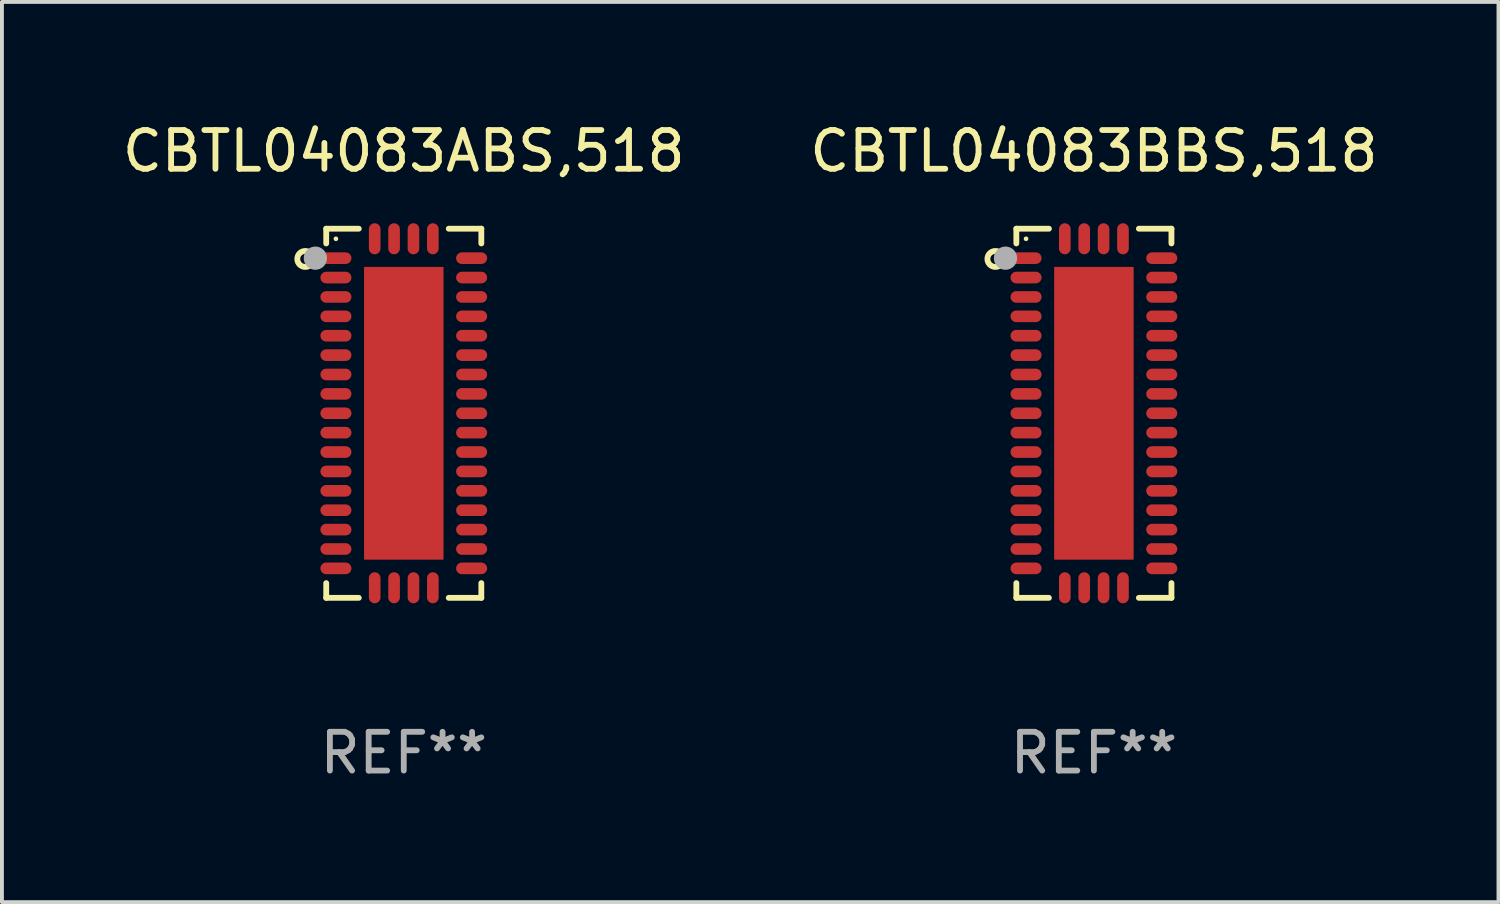
<source format=kicad_pcb>
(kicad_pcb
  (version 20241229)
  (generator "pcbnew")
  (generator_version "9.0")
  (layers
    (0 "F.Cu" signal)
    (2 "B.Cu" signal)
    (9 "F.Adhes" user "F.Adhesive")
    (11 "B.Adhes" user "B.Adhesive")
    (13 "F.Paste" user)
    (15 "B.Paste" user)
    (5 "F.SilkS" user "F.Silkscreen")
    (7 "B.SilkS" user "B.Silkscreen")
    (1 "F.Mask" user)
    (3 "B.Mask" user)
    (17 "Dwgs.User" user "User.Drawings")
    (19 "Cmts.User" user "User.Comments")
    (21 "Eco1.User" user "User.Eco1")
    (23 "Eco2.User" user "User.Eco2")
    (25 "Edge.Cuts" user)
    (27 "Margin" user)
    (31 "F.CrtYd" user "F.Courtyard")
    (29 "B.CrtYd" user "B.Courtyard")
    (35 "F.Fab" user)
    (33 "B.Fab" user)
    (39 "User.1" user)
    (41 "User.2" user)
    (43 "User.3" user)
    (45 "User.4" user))
  (footprint "CBTL04083ABS,518"
    (layer "F.Cu")
    (at 7.363 7.608)
    (property "Reference" "CBTL04083ABS,518" (at 0 -6.76 0) (layer "F.SilkS") (effects (font (size 1 1) (thickness 0.15))))
    (attr through_hole)
    (fp_line (start -2 -4.76) (end -2 -4.38) (stroke (width 0.15) (type solid)) (layer "F.SilkS"))
    (fp_line (start -2 4.76) (end -2 4.38) (stroke (width 0.15) (type solid)) (layer "F.SilkS"))
    (fp_line (start -1.16 -4.76) (end -2 -4.76) (stroke (width 0.15) (type solid)) (layer "F.SilkS"))
    (fp_line (start -1.16 4.76) (end -2 4.76) (stroke (width 0.15) (type solid)) (layer "F.SilkS"))
    (fp_line (start 1.16 -4.76) (end 2 -4.76) (stroke (width 0.15) (type solid)) (layer "F.SilkS"))
    (fp_line (start 1.16 4.76) (end 2 4.76) (stroke (width 0.15) (type solid)) (layer "F.SilkS"))
    (fp_line (start 2 -4.76) (end 2 -4.38) (stroke (width 0.15) (type solid)) (layer "F.SilkS"))
    (fp_line (start 2 4.76) (end 2 4.38) (stroke (width 0.15) (type solid)) (layer "F.SilkS"))
    (fp_circle (center -2.54 -3.98) (end -2.334 -3.98) (stroke (width 0.15) (type solid)) (fill no) (layer "F.SilkS"))
    (fp_circle (center -1.75 -4.5) (end -1.72 -4.5) (stroke (width 0.06) (type solid)) (fill no) (layer "F.SilkS"))
    (fp_circle (center -2.28 -4) (end -2.13 -4) (stroke (width 0.3) (type solid)) (fill no) (layer "F.Fab"))
    (fp_text user "REF**" (at 0 8.76 0) (layer "F.Fab") (effects (font (size 1 1) (thickness 0.15))))
    (pad "1" smd oval (at -1.75 -4) (size 0.8 0.3) (layers "F.Cu" "F.Mask" "F.Paste"))
    (pad "2" smd oval (at -1.75 -3.5) (size 0.8 0.3) (layers "F.Cu" "F.Mask" "F.Paste"))
    (pad "3" smd oval (at -1.75 -3) (size 0.8 0.3) (layers "F.Cu" "F.Mask" "F.Paste"))
    (pad "4" smd oval (at -1.75 -2.5) (size 0.8 0.3) (layers "F.Cu" "F.Mask" "F.Paste"))
    (pad "5" smd oval (at -1.75 -2) (size 0.8 0.3) (layers "F.Cu" "F.Mask" "F.Paste"))
    (pad "6" smd oval (at -1.75 -1.5) (size 0.8 0.3) (layers "F.Cu" "F.Mask" "F.Paste"))
    (pad "7" smd oval (at -1.75 -1) (size 0.8 0.3) (layers "F.Cu" "F.Mask" "F.Paste"))
    (pad "8" smd oval (at -1.75 -0.5) (size 0.8 0.3) (layers "F.Cu" "F.Mask" "F.Paste"))
    (pad "9" smd oval (at -1.75 0.000076) (size 0.8 0.3) (layers "F.Cu" "F.Mask" "F.Paste"))
    (pad "10" smd oval (at -1.75 0.5) (size 0.8 0.3) (layers "F.Cu" "F.Mask" "F.Paste"))
    (pad "11" smd oval (at -1.75 1) (size 0.8 0.3) (layers "F.Cu" "F.Mask" "F.Paste"))
    (pad "12" smd oval (at -1.75 1.5) (size 0.8 0.3) (layers "F.Cu" "F.Mask" "F.Paste"))
    (pad "13" smd oval (at -1.75 2) (size 0.8 0.3) (layers "F.Cu" "F.Mask" "F.Paste"))
    (pad "14" smd oval (at -1.75 2.5) (size 0.8 0.3) (layers "F.Cu" "F.Mask" "F.Paste"))
    (pad "15" smd oval (at -1.75 3) (size 0.8 0.3) (layers "F.Cu" "F.Mask" "F.Paste"))
    (pad "16" smd oval (at -1.75 3.5) (size 0.8 0.3) (layers "F.Cu" "F.Mask" "F.Paste"))
    (pad "17" smd oval (at -1.75 4) (size 0.8 0.3) (layers "F.Cu" "F.Mask" "F.Paste"))
    (pad "18" smd oval (at -0.75 4.5) (size 0.3 0.8) (layers "F.Cu" "F.Mask" "F.Paste"))
    (pad "19" smd oval (at -0.25 4.5) (size 0.3 0.8) (layers "F.Cu" "F.Mask" "F.Paste"))
    (pad "20" smd oval (at 0.25 4.5) (size 0.3 0.8) (layers "F.Cu" "F.Mask" "F.Paste"))
    (pad "21" smd oval (at 0.75 4.5) (size 0.3 0.8) (layers "F.Cu" "F.Mask" "F.Paste"))
    (pad "22" smd oval (at 1.75 4) (size 0.8 0.3) (layers "F.Cu" "F.Mask" "F.Paste"))
    (pad "23" smd oval (at 1.75 3.5) (size 0.8 0.3) (layers "F.Cu" "F.Mask" "F.Paste"))
    (pad "24" smd oval (at 1.75 3) (size 0.8 0.3) (layers "F.Cu" "F.Mask" "F.Paste"))
    (pad "25" smd oval (at 1.75 2.5) (size 0.8 0.3) (layers "F.Cu" "F.Mask" "F.Paste"))
    (pad "26" smd oval (at 1.75 2) (size 0.8 0.3) (layers "F.Cu" "F.Mask" "F.Paste"))
    (pad "27" smd oval (at 1.75 1.5) (size 0.8 0.3) (layers "F.Cu" "F.Mask" "F.Paste"))
    (pad "28" smd oval (at 1.75 1) (size 0.8 0.3) (layers "F.Cu" "F.Mask" "F.Paste"))
    (pad "29" smd oval (at 1.75 0.5) (size 0.8 0.3) (layers "F.Cu" "F.Mask" "F.Paste"))
    (pad "30" smd oval (at 1.75 0.000076) (size 0.8 0.3) (layers "F.Cu" "F.Mask" "F.Paste"))
    (pad "31" smd oval (at 1.75 -0.5) (size 0.8 0.3) (layers "F.Cu" "F.Mask" "F.Paste"))
    (pad "32" smd oval (at 1.75 -1) (size 0.8 0.3) (layers "F.Cu" "F.Mask" "F.Paste"))
    (pad "33" smd oval (at 1.75 -1.5) (size 0.8 0.3) (layers "F.Cu" "F.Mask" "F.Paste"))
    (pad "34" smd oval (at 1.75 -2) (size 0.8 0.3) (layers "F.Cu" "F.Mask" "F.Paste"))
    (pad "35" smd oval (at 1.75 -2.5) (size 0.8 0.3) (layers "F.Cu" "F.Mask" "F.Paste"))
    (pad "36" smd oval (at 1.75 -3) (size 0.8 0.3) (layers "F.Cu" "F.Mask" "F.Paste"))
    (pad "37" smd oval (at 1.75 -3.5) (size 0.8 0.3) (layers "F.Cu" "F.Mask" "F.Paste"))
    (pad "38" smd oval (at 1.75 -4) (size 0.8 0.3) (layers "F.Cu" "F.Mask" "F.Paste"))
    (pad "39" smd oval (at 0.75 -4.5) (size 0.3 0.8) (layers "F.Cu" "F.Mask" "F.Paste"))
    (pad "40" smd oval (at 0.25 -4.5) (size 0.3 0.8) (layers "F.Cu" "F.Mask" "F.Paste"))
    (pad "41" smd oval (at -0.25 -4.5) (size 0.3 0.8) (layers "F.Cu" "F.Mask" "F.Paste"))
    (pad "42" smd oval (at -0.75 -4.5) (size 0.3 0.8) (layers "F.Cu" "F.Mask" "F.Paste"))
    (pad "43" smd rect (at 0.000064 0.000076) (size 2.05 7.55) (layers "F.Cu" "F.Mask" "F.Paste")))
  (footprint "CBTL04083BBS,518"
    (layer "F.Cu")
    (at 25.161 7.608)
    (property "Reference" "CBTL04083BBS,518" (at 0 -6.76 0) (layer "F.SilkS") (effects (font (size 1 1) (thickness 0.15))))
    (attr through_hole)
    (fp_line (start -2 -4.76) (end -2 -4.38) (stroke (width 0.15) (type solid)) (layer "F.SilkS"))
    (fp_line (start -2 4.76) (end -2 4.38) (stroke (width 0.15) (type solid)) (layer "F.SilkS"))
    (fp_line (start -1.16 -4.76) (end -2 -4.76) (stroke (width 0.15) (type solid)) (layer "F.SilkS"))
    (fp_line (start -1.16 4.76) (end -2 4.76) (stroke (width 0.15) (type solid)) (layer "F.SilkS"))
    (fp_line (start 1.16 -4.76) (end 2 -4.76) (stroke (width 0.15) (type solid)) (layer "F.SilkS"))
    (fp_line (start 1.16 4.76) (end 2 4.76) (stroke (width 0.15) (type solid)) (layer "F.SilkS"))
    (fp_line (start 2 -4.76) (end 2 -4.38) (stroke (width 0.15) (type solid)) (layer "F.SilkS"))
    (fp_line (start 2 4.76) (end 2 4.38) (stroke (width 0.15) (type solid)) (layer "F.SilkS"))
    (fp_circle (center -2.54 -3.98) (end -2.334 -3.98) (stroke (width 0.15) (type solid)) (fill no) (layer "F.SilkS"))
    (fp_circle (center -1.75 -4.5) (end -1.72 -4.5) (stroke (width 0.06) (type solid)) (fill no) (layer "F.SilkS"))
    (fp_circle (center -2.28 -4) (end -2.13 -4) (stroke (width 0.3) (type solid)) (fill no) (layer "F.Fab"))
    (fp_text user "REF**" (at 0 8.76 0) (layer "F.Fab") (effects (font (size 1 1) (thickness 0.15))))
    (pad "1" smd oval (at -1.75 -4) (size 0.8 0.3) (layers "F.Cu" "F.Mask" "F.Paste"))
    (pad "2" smd oval (at -1.75 -3.5) (size 0.8 0.3) (layers "F.Cu" "F.Mask" "F.Paste"))
    (pad "3" smd oval (at -1.75 -3) (size 0.8 0.3) (layers "F.Cu" "F.Mask" "F.Paste"))
    (pad "4" smd oval (at -1.75 -2.5) (size 0.8 0.3) (layers "F.Cu" "F.Mask" "F.Paste"))
    (pad "5" smd oval (at -1.75 -2) (size 0.8 0.3) (layers "F.Cu" "F.Mask" "F.Paste"))
    (pad "6" smd oval (at -1.75 -1.5) (size 0.8 0.3) (layers "F.Cu" "F.Mask" "F.Paste"))
    (pad "7" smd oval (at -1.75 -1) (size 0.8 0.3) (layers "F.Cu" "F.Mask" "F.Paste"))
    (pad "8" smd oval (at -1.75 -0.5) (size 0.8 0.3) (layers "F.Cu" "F.Mask" "F.Paste"))
    (pad "9" smd oval (at -1.75 0.000076) (size 0.8 0.3) (layers "F.Cu" "F.Mask" "F.Paste"))
    (pad "10" smd oval (at -1.75 0.5) (size 0.8 0.3) (layers "F.Cu" "F.Mask" "F.Paste"))
    (pad "11" smd oval (at -1.75 1) (size 0.8 0.3) (layers "F.Cu" "F.Mask" "F.Paste"))
    (pad "12" smd oval (at -1.75 1.5) (size 0.8 0.3) (layers "F.Cu" "F.Mask" "F.Paste"))
    (pad "13" smd oval (at -1.75 2) (size 0.8 0.3) (layers "F.Cu" "F.Mask" "F.Paste"))
    (pad "14" smd oval (at -1.75 2.5) (size 0.8 0.3) (layers "F.Cu" "F.Mask" "F.Paste"))
    (pad "15" smd oval (at -1.75 3) (size 0.8 0.3) (layers "F.Cu" "F.Mask" "F.Paste"))
    (pad "16" smd oval (at -1.75 3.5) (size 0.8 0.3) (layers "F.Cu" "F.Mask" "F.Paste"))
    (pad "17" smd oval (at -1.75 4) (size 0.8 0.3) (layers "F.Cu" "F.Mask" "F.Paste"))
    (pad "18" smd oval (at -0.75 4.5) (size 0.3 0.8) (layers "F.Cu" "F.Mask" "F.Paste"))
    (pad "19" smd oval (at -0.25 4.5) (size 0.3 0.8) (layers "F.Cu" "F.Mask" "F.Paste"))
    (pad "20" smd oval (at 0.25 4.5) (size 0.3 0.8) (layers "F.Cu" "F.Mask" "F.Paste"))
    (pad "21" smd oval (at 0.75 4.5) (size 0.3 0.8) (layers "F.Cu" "F.Mask" "F.Paste"))
    (pad "22" smd oval (at 1.75 4) (size 0.8 0.3) (layers "F.Cu" "F.Mask" "F.Paste"))
    (pad "23" smd oval (at 1.75 3.5) (size 0.8 0.3) (layers "F.Cu" "F.Mask" "F.Paste"))
    (pad "24" smd oval (at 1.75 3) (size 0.8 0.3) (layers "F.Cu" "F.Mask" "F.Paste"))
    (pad "25" smd oval (at 1.75 2.5) (size 0.8 0.3) (layers "F.Cu" "F.Mask" "F.Paste"))
    (pad "26" smd oval (at 1.75 2) (size 0.8 0.3) (layers "F.Cu" "F.Mask" "F.Paste"))
    (pad "27" smd oval (at 1.75 1.5) (size 0.8 0.3) (layers "F.Cu" "F.Mask" "F.Paste"))
    (pad "28" smd oval (at 1.75 1) (size 0.8 0.3) (layers "F.Cu" "F.Mask" "F.Paste"))
    (pad "29" smd oval (at 1.75 0.5) (size 0.8 0.3) (layers "F.Cu" "F.Mask" "F.Paste"))
    (pad "30" smd oval (at 1.75 0.000076) (size 0.8 0.3) (layers "F.Cu" "F.Mask" "F.Paste"))
    (pad "31" smd oval (at 1.75 -0.5) (size 0.8 0.3) (layers "F.Cu" "F.Mask" "F.Paste"))
    (pad "32" smd oval (at 1.75 -1) (size 0.8 0.3) (layers "F.Cu" "F.Mask" "F.Paste"))
    (pad "33" smd oval (at 1.75 -1.5) (size 0.8 0.3) (layers "F.Cu" "F.Mask" "F.Paste"))
    (pad "34" smd oval (at 1.75 -2) (size 0.8 0.3) (layers "F.Cu" "F.Mask" "F.Paste"))
    (pad "35" smd oval (at 1.75 -2.5) (size 0.8 0.3) (layers "F.Cu" "F.Mask" "F.Paste"))
    (pad "36" smd oval (at 1.75 -3) (size 0.8 0.3) (layers "F.Cu" "F.Mask" "F.Paste"))
    (pad "37" smd oval (at 1.75 -3.5) (size 0.8 0.3) (layers "F.Cu" "F.Mask" "F.Paste"))
    (pad "38" smd oval (at 1.75 -4) (size 0.8 0.3) (layers "F.Cu" "F.Mask" "F.Paste"))
    (pad "39" smd oval (at 0.75 -4.5) (size 0.3 0.8) (layers "F.Cu" "F.Mask" "F.Paste"))
    (pad "40" smd oval (at 0.25 -4.5) (size 0.3 0.8) (layers "F.Cu" "F.Mask" "F.Paste"))
    (pad "41" smd oval (at -0.25 -4.5) (size 0.3 0.8) (layers "F.Cu" "F.Mask" "F.Paste"))
    (pad "42" smd oval (at -0.75 -4.5) (size 0.3 0.8) (layers "F.Cu" "F.Mask" "F.Paste"))
    (pad "43" smd rect (at 0.000064 0.000076) (size 2.05 7.55) (layers "F.Cu" "F.Mask" "F.Paste")))
  (gr_rect
    (start -3 -3)
    (end 35.595 20.216)
    (stroke (width 0.1) (type default))
    (fill no)
    (layer "Edge.Cuts")))
</source>
